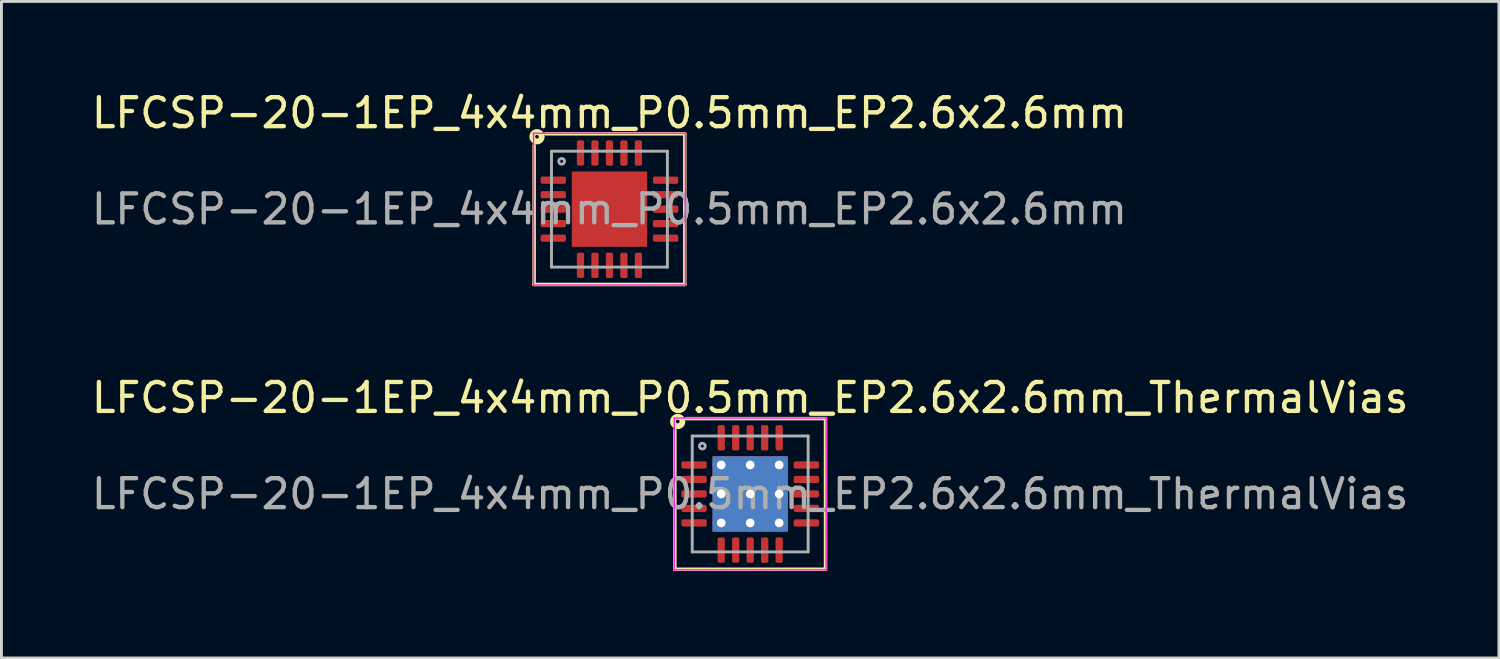
<source format=kicad_pcb>
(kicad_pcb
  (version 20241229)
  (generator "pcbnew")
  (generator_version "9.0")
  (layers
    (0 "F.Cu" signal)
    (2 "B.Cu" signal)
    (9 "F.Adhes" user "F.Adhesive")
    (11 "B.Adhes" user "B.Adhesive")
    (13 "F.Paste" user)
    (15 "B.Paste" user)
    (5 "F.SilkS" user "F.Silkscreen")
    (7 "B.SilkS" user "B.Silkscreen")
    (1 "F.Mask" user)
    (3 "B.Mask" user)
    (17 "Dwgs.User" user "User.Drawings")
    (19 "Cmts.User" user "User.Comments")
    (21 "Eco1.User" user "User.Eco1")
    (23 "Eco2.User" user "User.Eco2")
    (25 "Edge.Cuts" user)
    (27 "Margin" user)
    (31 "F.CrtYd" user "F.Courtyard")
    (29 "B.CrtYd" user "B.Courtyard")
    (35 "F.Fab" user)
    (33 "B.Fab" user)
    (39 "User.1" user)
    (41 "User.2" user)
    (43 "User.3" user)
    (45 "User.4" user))
  (footprint "LFCSP-20-1EP_4x4mm_P0.5mm_EP2.6x2.6mm_ThermalVias"
    (layer "F.Cu")
    (at 22.839 13.996)
    (property "Reference" "LFCSP-20-1EP_4x4mm_P0.5mm_EP2.6x2.6mm_ThermalVias" (at 0 -3.32 0) (layer "F.SilkS") (effects (font (size 1 1) (thickness 0.15))))
    (attr smd)
    (fp_line (start -2.6 2.6) (end -2.6 -2.2) (stroke (width 0.12) (type solid)) (layer "F.SilkS"))
    (fp_line (start 2.6 -2.6) (end -2.2 -2.6) (stroke (width 0.12) (type solid)) (layer "F.SilkS"))
    (fp_line (start 2.6 -2.6) (end 2.6 2.6) (stroke (width 0.12) (type solid)) (layer "F.SilkS"))
    (fp_line (start 2.6 2.6) (end -2.6 2.6) (stroke (width 0.12) (type solid)) (layer "F.SilkS"))
    (fp_circle (center -2.5 -2.5) (end -2.437 -2.5) (stroke (width 0.2) (type solid)) (fill no) (layer "F.SilkS"))
    (fp_line (start -2.62 -2.62) (end -2.62 2.62) (stroke (width 0.05) (type solid)) (layer "F.CrtYd"))
    (fp_line (start -2.62 2.62) (end 2.62 2.62) (stroke (width 0.05) (type solid)) (layer "F.CrtYd"))
    (fp_line (start 2.62 -2.62) (end -2.62 -2.62) (stroke (width 0.05) (type solid)) (layer "F.CrtYd"))
    (fp_line (start 2.62 2.62) (end 2.62 -2.62) (stroke (width 0.05) (type solid)) (layer "F.CrtYd"))
    (fp_line (start -2 -2) (end 2 -2) (stroke (width 0.1) (type solid)) (layer "F.Fab"))
    (fp_line (start -2 2) (end -2 -2) (stroke (width 0.1) (type solid)) (layer "F.Fab"))
    (fp_line (start 2 -2) (end 2 2) (stroke (width 0.1) (type solid)) (layer "F.Fab"))
    (fp_line (start 2 2) (end -2 2) (stroke (width 0.1) (type solid)) (layer "F.Fab"))
    (fp_circle (center -1.65 -1.65) (end -1.55 -1.65) (stroke (width 0.1) (type solid)) (fill no) (layer "F.Fab"))
    (fp_text user "${REFERENCE}" (at 0 0 0) (layer "F.Fab") (effects (font (size 1 1) (thickness 0.15))))
    (pad "" smd roundrect (at -0.65 -0.65) (size 1.09 1.09) (layers "F.Paste") (roundrect_rratio 0.229))
    (pad "" smd roundrect (at -0.65 0.65) (size 1.09 1.09) (layers "F.Paste") (roundrect_rratio 0.229))
    (pad "" smd roundrect (at 0.65 -0.65) (size 1.09 1.09) (layers "F.Paste") (roundrect_rratio 0.229))
    (pad "" smd roundrect (at 0.65 0.65) (size 1.09 1.09) (layers "F.Paste") (roundrect_rratio 0.229))
    (pad "1" smd roundrect (at -1.938 -1) (size 0.875 0.25) (layers "F.Cu" "F.Mask" "F.Paste") (roundrect_rratio 0.25))
    (pad "2" smd roundrect (at -1.938 -0.5) (size 0.875 0.25) (layers "F.Cu" "F.Mask" "F.Paste") (roundrect_rratio 0.25))
    (pad "3" smd roundrect (at -1.938 0) (size 0.875 0.25) (layers "F.Cu" "F.Mask" "F.Paste") (roundrect_rratio 0.25))
    (pad "4" smd roundrect (at -1.938 0.5) (size 0.875 0.25) (layers "F.Cu" "F.Mask" "F.Paste") (roundrect_rratio 0.25))
    (pad "5" smd roundrect (at -1.938 1) (size 0.875 0.25) (layers "F.Cu" "F.Mask" "F.Paste") (roundrect_rratio 0.25))
    (pad "6" smd roundrect (at -1 1.938) (size 0.25 0.875) (layers "F.Cu" "F.Mask" "F.Paste") (roundrect_rratio 0.25))
    (pad "7" smd roundrect (at -0.5 1.938) (size 0.25 0.875) (layers "F.Cu" "F.Mask" "F.Paste") (roundrect_rratio 0.25))
    (pad "8" smd roundrect (at 0 1.938) (size 0.25 0.875) (layers "F.Cu" "F.Mask" "F.Paste") (roundrect_rratio 0.25))
    (pad "9" smd roundrect (at 0.5 1.938) (size 0.25 0.875) (layers "F.Cu" "F.Mask" "F.Paste") (roundrect_rratio 0.25))
    (pad "10" smd roundrect (at 1 1.938) (size 0.25 0.875) (layers "F.Cu" "F.Mask" "F.Paste") (roundrect_rratio 0.25))
    (pad "11" smd roundrect (at 1.938 1) (size 0.875 0.25) (layers "F.Cu" "F.Mask" "F.Paste") (roundrect_rratio 0.25))
    (pad "12" smd roundrect (at 1.938 0.5) (size 0.875 0.25) (layers "F.Cu" "F.Mask" "F.Paste") (roundrect_rratio 0.25))
    (pad "13" smd roundrect (at 1.938 0) (size 0.875 0.25) (layers "F.Cu" "F.Mask" "F.Paste") (roundrect_rratio 0.25))
    (pad "14" smd roundrect (at 1.938 -0.5) (size 0.875 0.25) (layers "F.Cu" "F.Mask" "F.Paste") (roundrect_rratio 0.25))
    (pad "15" smd roundrect (at 1.938 -1) (size 0.875 0.25) (layers "F.Cu" "F.Mask" "F.Paste") (roundrect_rratio 0.25))
    (pad "16" smd roundrect (at 1 -1.938) (size 0.25 0.875) (layers "F.Cu" "F.Mask" "F.Paste") (roundrect_rratio 0.25))
    (pad "17" smd roundrect (at 0.5 -1.938) (size 0.25 0.875) (layers "F.Cu" "F.Mask" "F.Paste") (roundrect_rratio 0.25))
    (pad "18" smd roundrect (at 0 -1.938) (size 0.25 0.875) (layers "F.Cu" "F.Mask" "F.Paste") (roundrect_rratio 0.25))
    (pad "19" smd roundrect (at -0.5 -1.938) (size 0.25 0.875) (layers "F.Cu" "F.Mask" "F.Paste") (roundrect_rratio 0.25))
    (pad "20" smd roundrect (at -1 -1.938) (size 0.25 0.875) (layers "F.Cu" "F.Mask" "F.Paste") (roundrect_rratio 0.25))
    (pad "21" thru_hole circle (at -1 -1) (size 0.6 0.6) (drill 0.3) (layers "*.Cu"))
    (pad "21" thru_hole circle (at -1 0) (size 0.6 0.6) (drill 0.3) (layers "*.Cu"))
    (pad "21" thru_hole circle (at -1 1) (size 0.6 0.6) (drill 0.3) (layers "*.Cu"))
    (pad "21" thru_hole circle (at 0 -1) (size 0.6 0.6) (drill 0.3) (layers "*.Cu"))
    (pad "21" thru_hole circle (at 0 0) (size 0.6 0.6) (drill 0.3) (layers "*.Cu"))
    (pad "21" smd rect (at 0 0) (size 2.6 2.6) (layers "F.Cu" "F.Mask"))
    (pad "21" smd rect (at 0 0) (size 2.6 2.6) (layers "B.Cu" "B.Mask"))
    (pad "21" thru_hole circle (at 0 1) (size 0.6 0.6) (drill 0.3) (layers "*.Cu"))
    (pad "21" thru_hole circle (at 1 -1) (size 0.6 0.6) (drill 0.3) (layers "*.Cu"))
    (pad "21" thru_hole circle (at 1 0) (size 0.6 0.6) (drill 0.3) (layers "*.Cu"))
    (pad "21" thru_hole circle (at 1 1) (size 0.6 0.6) (drill 0.3) (layers "*.Cu")))
  (footprint "LFCSP-20-1EP_4x4mm_P0.5mm_EP2.6x2.6mm"
    (layer "F.Cu")
    (at 17.982 4.168)
    (property "Reference" "LFCSP-20-1EP_4x4mm_P0.5mm_EP2.6x2.6mm" (at 0 -3.32 0) (layer "F.SilkS") (effects (font (size 1 1) (thickness 0.15))))
    (attr smd)
    (fp_line (start -2.6 2.6) (end -2.6 -2.2) (stroke (width 0.12) (type solid)) (layer "F.SilkS"))
    (fp_line (start 2.6 -2.6) (end -2.2 -2.6) (stroke (width 0.12) (type solid)) (layer "F.SilkS"))
    (fp_line (start 2.6 -2.6) (end 2.6 2.6) (stroke (width 0.12) (type solid)) (layer "F.SilkS"))
    (fp_line (start 2.6 2.6) (end -2.6 2.6) (stroke (width 0.12) (type solid)) (layer "F.SilkS"))
    (fp_circle (center -2.5 -2.5) (end -2.437 -2.5) (stroke (width 0.2) (type solid)) (fill no) (layer "F.SilkS"))
    (fp_line (start -2.62 -2.62) (end -2.62 2.62) (stroke (width 0.05) (type solid)) (layer "F.CrtYd"))
    (fp_line (start -2.62 2.62) (end 2.62 2.62) (stroke (width 0.05) (type solid)) (layer "F.CrtYd"))
    (fp_line (start 2.62 -2.62) (end -2.62 -2.62) (stroke (width 0.05) (type solid)) (layer "F.CrtYd"))
    (fp_line (start 2.62 2.62) (end 2.62 -2.62) (stroke (width 0.05) (type solid)) (layer "F.CrtYd"))
    (fp_line (start -2 -2) (end 2 -2) (stroke (width 0.1) (type solid)) (layer "F.Fab"))
    (fp_line (start -2 2) (end -2 -2) (stroke (width 0.1) (type solid)) (layer "F.Fab"))
    (fp_line (start 2 -2) (end 2 2) (stroke (width 0.1) (type solid)) (layer "F.Fab"))
    (fp_line (start 2 2) (end -2 2) (stroke (width 0.1) (type solid)) (layer "F.Fab"))
    (fp_circle (center -1.65 -1.65) (end -1.55 -1.65) (stroke (width 0.1) (type solid)) (fill no) (layer "F.Fab"))
    (fp_text user "${REFERENCE}" (at 0 0 0) (layer "F.Fab") (effects (font (size 1 1) (thickness 0.15))))
    (pad "" smd roundrect (at -0.65 -0.65) (size 1.05 1.05) (layers "F.Paste") (roundrect_rratio 0.238))
    (pad "" smd roundrect (at -0.65 0.65) (size 1.05 1.05) (layers "F.Paste") (roundrect_rratio 0.238))
    (pad "" smd roundrect (at 0.65 -0.65) (size 1.05 1.05) (layers "F.Paste") (roundrect_rratio 0.238))
    (pad "" smd roundrect (at 0.65 0.65) (size 1.05 1.05) (layers "F.Paste") (roundrect_rratio 0.238))
    (pad "1" smd roundrect (at -1.938 -1) (size 0.875 0.25) (layers "F.Cu" "F.Mask" "F.Paste") (roundrect_rratio 0.25))
    (pad "2" smd roundrect (at -1.938 -0.5) (size 0.875 0.25) (layers "F.Cu" "F.Mask" "F.Paste") (roundrect_rratio 0.25))
    (pad "3" smd roundrect (at -1.938 0) (size 0.875 0.25) (layers "F.Cu" "F.Mask" "F.Paste") (roundrect_rratio 0.25))
    (pad "4" smd roundrect (at -1.938 0.5) (size 0.875 0.25) (layers "F.Cu" "F.Mask" "F.Paste") (roundrect_rratio 0.25))
    (pad "5" smd roundrect (at -1.938 1) (size 0.875 0.25) (layers "F.Cu" "F.Mask" "F.Paste") (roundrect_rratio 0.25))
    (pad "6" smd roundrect (at -1 1.938) (size 0.25 0.875) (layers "F.Cu" "F.Mask" "F.Paste") (roundrect_rratio 0.25))
    (pad "7" smd roundrect (at -0.5 1.938) (size 0.25 0.875) (layers "F.Cu" "F.Mask" "F.Paste") (roundrect_rratio 0.25))
    (pad "8" smd roundrect (at 0 1.938) (size 0.25 0.875) (layers "F.Cu" "F.Mask" "F.Paste") (roundrect_rratio 0.25))
    (pad "9" smd roundrect (at 0.5 1.938) (size 0.25 0.875) (layers "F.Cu" "F.Mask" "F.Paste") (roundrect_rratio 0.25))
    (pad "10" smd roundrect (at 1 1.938) (size 0.25 0.875) (layers "F.Cu" "F.Mask" "F.Paste") (roundrect_rratio 0.25))
    (pad "11" smd roundrect (at 1.938 1) (size 0.875 0.25) (layers "F.Cu" "F.Mask" "F.Paste") (roundrect_rratio 0.25))
    (pad "12" smd roundrect (at 1.938 0.5) (size 0.875 0.25) (layers "F.Cu" "F.Mask" "F.Paste") (roundrect_rratio 0.25))
    (pad "13" smd roundrect (at 1.938 0) (size 0.875 0.25) (layers "F.Cu" "F.Mask" "F.Paste") (roundrect_rratio 0.25))
    (pad "14" smd roundrect (at 1.938 -0.5) (size 0.875 0.25) (layers "F.Cu" "F.Mask" "F.Paste") (roundrect_rratio 0.25))
    (pad "15" smd roundrect (at 1.938 -1) (size 0.875 0.25) (layers "F.Cu" "F.Mask" "F.Paste") (roundrect_rratio 0.25))
    (pad "16" smd roundrect (at 1 -1.938) (size 0.25 0.875) (layers "F.Cu" "F.Mask" "F.Paste") (roundrect_rratio 0.25))
    (pad "17" smd roundrect (at 0.5 -1.938) (size 0.25 0.875) (layers "F.Cu" "F.Mask" "F.Paste") (roundrect_rratio 0.25))
    (pad "18" smd roundrect (at 0 -1.938) (size 0.25 0.875) (layers "F.Cu" "F.Mask" "F.Paste") (roundrect_rratio 0.25))
    (pad "19" smd roundrect (at -0.5 -1.938) (size 0.25 0.875) (layers "F.Cu" "F.Mask" "F.Paste") (roundrect_rratio 0.25))
    (pad "20" smd roundrect (at -1 -1.938) (size 0.25 0.875) (layers "F.Cu" "F.Mask" "F.Paste") (roundrect_rratio 0.25))
    (pad "21" smd rect (at 0 0) (size 2.6 2.6) (layers "F.Cu" "F.Mask")))
  (gr_rect
    (start -3 -3)
    (end 48.679 19.657)
    (stroke (width 0.1) (type default))
    (fill no)
    (layer "Edge.Cuts")))
</source>
